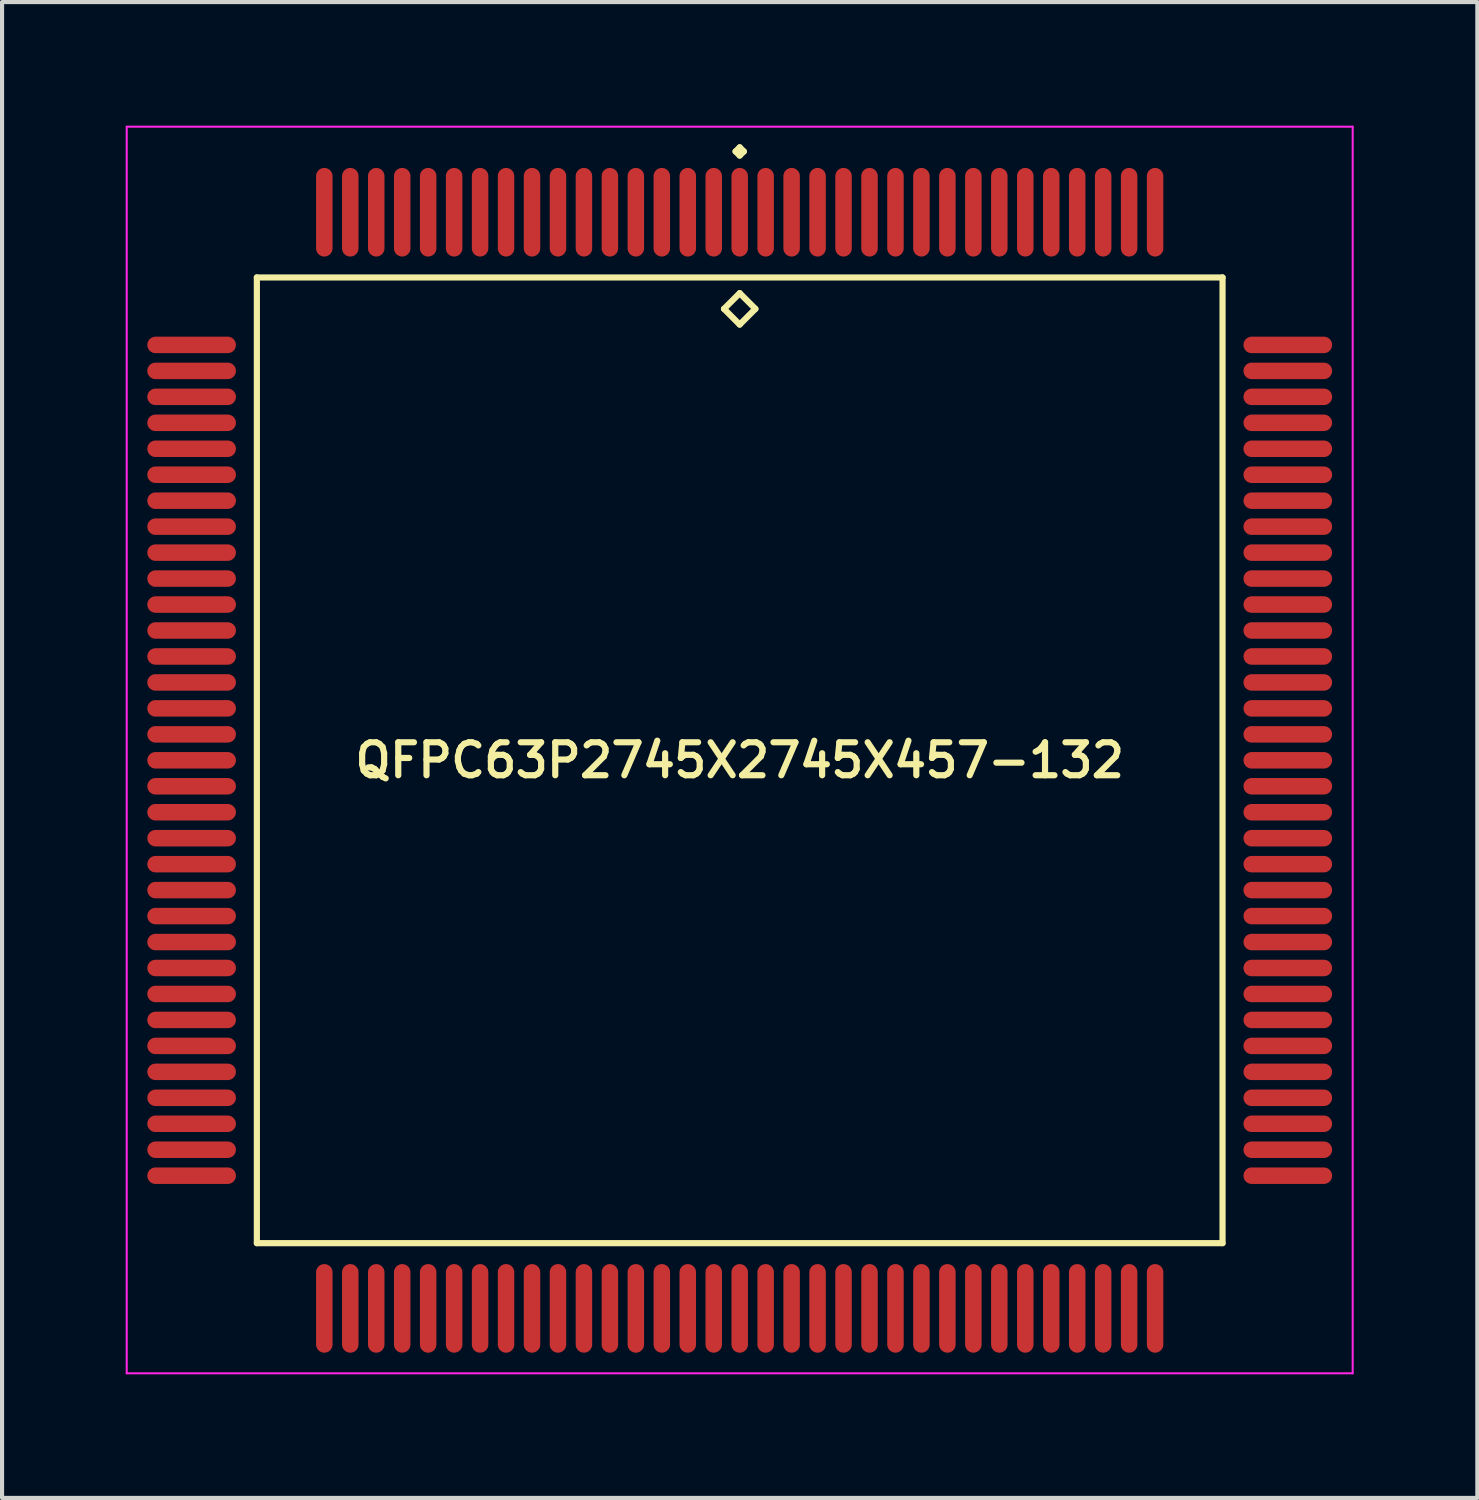
<source format=kicad_pcb>
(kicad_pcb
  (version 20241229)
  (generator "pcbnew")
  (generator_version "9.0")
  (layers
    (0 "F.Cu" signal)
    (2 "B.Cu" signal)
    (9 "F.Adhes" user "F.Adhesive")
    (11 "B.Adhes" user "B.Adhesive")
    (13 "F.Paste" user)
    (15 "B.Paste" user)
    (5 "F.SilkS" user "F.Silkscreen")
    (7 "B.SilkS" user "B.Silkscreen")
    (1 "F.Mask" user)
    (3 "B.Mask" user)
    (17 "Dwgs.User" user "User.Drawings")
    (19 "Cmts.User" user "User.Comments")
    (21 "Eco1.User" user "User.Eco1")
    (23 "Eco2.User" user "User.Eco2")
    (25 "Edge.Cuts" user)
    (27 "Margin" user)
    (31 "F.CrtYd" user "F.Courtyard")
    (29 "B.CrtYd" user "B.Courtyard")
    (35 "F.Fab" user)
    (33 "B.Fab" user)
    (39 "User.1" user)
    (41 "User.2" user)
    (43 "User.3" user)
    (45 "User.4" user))
  (footprint "QFPC63P2745X2745X457-132"
    (layer "F.Cu")
    (at 14.9 15.4)
    (property "Reference" "QFPC63P2745X2745X457-132" (at 0 0 0) (layer "F.SilkS") (effects (font (size 0.8 0.8) (thickness 0.15))))
    (attr smd)
    (fp_line (start -11.717 -11.717) (end -11.717 11.717) (stroke (width 0.15) (type solid)) (layer "F.SilkS"))
    (fp_line (start -11.717 11.717) (end 11.717 11.717) (stroke (width 0.15) (type solid)) (layer "F.SilkS"))
    (fp_line (start -0.381 -10.955) (end 0 -11.336) (stroke (width 0.15) (type solid)) (layer "F.SilkS"))
    (fp_line (start -0.1 -14.775) (end 0 -14.875) (stroke (width 0.15) (type solid)) (layer "F.SilkS"))
    (fp_line (start 0 -14.875) (end 0.1 -14.775) (stroke (width 0.15) (type solid)) (layer "F.SilkS"))
    (fp_line (start 0 -14.675) (end -0.1 -14.775) (stroke (width 0.15) (type solid)) (layer "F.SilkS"))
    (fp_line (start 0 -11.336) (end 0.381 -10.955) (stroke (width 0.15) (type solid)) (layer "F.SilkS"))
    (fp_line (start 0 -10.574) (end -0.381 -10.955) (stroke (width 0.15) (type solid)) (layer "F.SilkS"))
    (fp_line (start 0.1 -14.775) (end 0 -14.675) (stroke (width 0.15) (type solid)) (layer "F.SilkS"))
    (fp_line (start 0.381 -10.955) (end 0 -10.574) (stroke (width 0.15) (type solid)) (layer "F.SilkS"))
    (fp_line (start 11.717 -11.717) (end -11.717 -11.717) (stroke (width 0.15) (type solid)) (layer "F.SilkS"))
    (fp_line (start 11.717 11.717) (end 11.717 -11.717) (stroke (width 0.15) (type solid)) (layer "F.SilkS"))
    (fp_line (start -14.875 -15.375) (end 14.875 -15.375) (stroke (width 0.05) (type solid)) (layer "F.CrtYd"))
    (fp_line (start -14.875 14.875) (end -14.875 -15.375) (stroke (width 0.05) (type solid)) (layer "F.CrtYd"))
    (fp_line (start 14.875 -15.375) (end 14.875 14.875) (stroke (width 0.05) (type solid)) (layer "F.CrtYd"))
    (fp_line (start 14.875 14.875) (end -14.875 14.875) (stroke (width 0.05) (type solid)) (layer "F.CrtYd"))
    (pad "1" smd oval (at 0 -13.3) (size 0.4 2.15) (layers "F.Cu" "F.Mask" "F.Paste"))
    (pad "2" smd oval (at -0.63 -13.3) (size 0.4 2.15) (layers "F.Cu" "F.Mask" "F.Paste"))
    (pad "3" smd oval (at -1.26 -13.3) (size 0.4 2.15) (layers "F.Cu" "F.Mask" "F.Paste"))
    (pad "4" smd oval (at -1.89 -13.3) (size 0.4 2.15) (layers "F.Cu" "F.Mask" "F.Paste"))
    (pad "5" smd oval (at -2.52 -13.3) (size 0.4 2.15) (layers "F.Cu" "F.Mask" "F.Paste"))
    (pad "6" smd oval (at -3.15 -13.3) (size 0.4 2.15) (layers "F.Cu" "F.Mask" "F.Paste"))
    (pad "7" smd oval (at -3.78 -13.3) (size 0.4 2.15) (layers "F.Cu" "F.Mask" "F.Paste"))
    (pad "8" smd oval (at -4.41 -13.3) (size 0.4 2.15) (layers "F.Cu" "F.Mask" "F.Paste"))
    (pad "9" smd oval (at -5.04 -13.3) (size 0.4 2.15) (layers "F.Cu" "F.Mask" "F.Paste"))
    (pad "10" smd oval (at -5.67 -13.3) (size 0.4 2.15) (layers "F.Cu" "F.Mask" "F.Paste"))
    (pad "11" smd oval (at -6.3 -13.3) (size 0.4 2.15) (layers "F.Cu" "F.Mask" "F.Paste"))
    (pad "12" smd oval (at -6.93 -13.3) (size 0.4 2.15) (layers "F.Cu" "F.Mask" "F.Paste"))
    (pad "13" smd oval (at -7.56 -13.3) (size 0.4 2.15) (layers "F.Cu" "F.Mask" "F.Paste"))
    (pad "14" smd oval (at -8.19 -13.3) (size 0.4 2.15) (layers "F.Cu" "F.Mask" "F.Paste"))
    (pad "15" smd oval (at -8.82 -13.3) (size 0.4 2.15) (layers "F.Cu" "F.Mask" "F.Paste"))
    (pad "16" smd oval (at -9.45 -13.3) (size 0.4 2.15) (layers "F.Cu" "F.Mask" "F.Paste"))
    (pad "17" smd oval (at -10.08 -13.3) (size 0.4 2.15) (layers "F.Cu" "F.Mask" "F.Paste"))
    (pad "18" smd oval (at -13.3 -10.08) (size 2.15 0.4) (layers "F.Cu" "F.Mask" "F.Paste"))
    (pad "19" smd oval (at -13.3 -9.45) (size 2.15 0.4) (layers "F.Cu" "F.Mask" "F.Paste"))
    (pad "20" smd oval (at -13.3 -8.82) (size 2.15 0.4) (layers "F.Cu" "F.Mask" "F.Paste"))
    (pad "21" smd oval (at -13.3 -8.19) (size 2.15 0.4) (layers "F.Cu" "F.Mask" "F.Paste"))
    (pad "22" smd oval (at -13.3 -7.56) (size 2.15 0.4) (layers "F.Cu" "F.Mask" "F.Paste"))
    (pad "23" smd oval (at -13.3 -6.93) (size 2.15 0.4) (layers "F.Cu" "F.Mask" "F.Paste"))
    (pad "24" smd oval (at -13.3 -6.3) (size 2.15 0.4) (layers "F.Cu" "F.Mask" "F.Paste"))
    (pad "25" smd oval (at -13.3 -5.67) (size 2.15 0.4) (layers "F.Cu" "F.Mask" "F.Paste"))
    (pad "26" smd oval (at -13.3 -5.04) (size 2.15 0.4) (layers "F.Cu" "F.Mask" "F.Paste"))
    (pad "27" smd oval (at -13.3 -4.41) (size 2.15 0.4) (layers "F.Cu" "F.Mask" "F.Paste"))
    (pad "28" smd oval (at -13.3 -3.78) (size 2.15 0.4) (layers "F.Cu" "F.Mask" "F.Paste"))
    (pad "29" smd oval (at -13.3 -3.15) (size 2.15 0.4) (layers "F.Cu" "F.Mask" "F.Paste"))
    (pad "30" smd oval (at -13.3 -2.52) (size 2.15 0.4) (layers "F.Cu" "F.Mask" "F.Paste"))
    (pad "31" smd oval (at -13.3 -1.89) (size 2.15 0.4) (layers "F.Cu" "F.Mask" "F.Paste"))
    (pad "32" smd oval (at -13.3 -1.26) (size 2.15 0.4) (layers "F.Cu" "F.Mask" "F.Paste"))
    (pad "33" smd oval (at -13.3 -0.63) (size 2.15 0.4) (layers "F.Cu" "F.Mask" "F.Paste"))
    (pad "34" smd oval (at -13.3 0) (size 2.15 0.4) (layers "F.Cu" "F.Mask" "F.Paste"))
    (pad "35" smd oval (at -13.3 0.63) (size 2.15 0.4) (layers "F.Cu" "F.Mask" "F.Paste"))
    (pad "36" smd oval (at -13.3 1.26) (size 2.15 0.4) (layers "F.Cu" "F.Mask" "F.Paste"))
    (pad "37" smd oval (at -13.3 1.89) (size 2.15 0.4) (layers "F.Cu" "F.Mask" "F.Paste"))
    (pad "38" smd oval (at -13.3 2.52) (size 2.15 0.4) (layers "F.Cu" "F.Mask" "F.Paste"))
    (pad "39" smd oval (at -13.3 3.15) (size 2.15 0.4) (layers "F.Cu" "F.Mask" "F.Paste"))
    (pad "40" smd oval (at -13.3 3.78) (size 2.15 0.4) (layers "F.Cu" "F.Mask" "F.Paste"))
    (pad "41" smd oval (at -13.3 4.41) (size 2.15 0.4) (layers "F.Cu" "F.Mask" "F.Paste"))
    (pad "42" smd oval (at -13.3 5.04) (size 2.15 0.4) (layers "F.Cu" "F.Mask" "F.Paste"))
    (pad "43" smd oval (at -13.3 5.67) (size 2.15 0.4) (layers "F.Cu" "F.Mask" "F.Paste"))
    (pad "44" smd oval (at -13.3 6.3) (size 2.15 0.4) (layers "F.Cu" "F.Mask" "F.Paste"))
    (pad "45" smd oval (at -13.3 6.93) (size 2.15 0.4) (layers "F.Cu" "F.Mask" "F.Paste"))
    (pad "46" smd oval (at -13.3 7.56) (size 2.15 0.4) (layers "F.Cu" "F.Mask" "F.Paste"))
    (pad "47" smd oval (at -13.3 8.19) (size 2.15 0.4) (layers "F.Cu" "F.Mask" "F.Paste"))
    (pad "48" smd oval (at -13.3 8.82) (size 2.15 0.4) (layers "F.Cu" "F.Mask" "F.Paste"))
    (pad "49" smd oval (at -13.3 9.45) (size 2.15 0.4) (layers "F.Cu" "F.Mask" "F.Paste"))
    (pad "50" smd oval (at -13.3 10.08) (size 2.15 0.4) (layers "F.Cu" "F.Mask" "F.Paste"))
    (pad "51" smd oval (at -10.08 13.3) (size 0.4 2.15) (layers "F.Cu" "F.Mask" "F.Paste"))
    (pad "52" smd oval (at -9.45 13.3) (size 0.4 2.15) (layers "F.Cu" "F.Mask" "F.Paste"))
    (pad "53" smd oval (at -8.82 13.3) (size 0.4 2.15) (layers "F.Cu" "F.Mask" "F.Paste"))
    (pad "54" smd oval (at -8.19 13.3) (size 0.4 2.15) (layers "F.Cu" "F.Mask" "F.Paste"))
    (pad "55" smd oval (at -7.56 13.3) (size 0.4 2.15) (layers "F.Cu" "F.Mask" "F.Paste"))
    (pad "56" smd oval (at -6.93 13.3) (size 0.4 2.15) (layers "F.Cu" "F.Mask" "F.Paste"))
    (pad "57" smd oval (at -6.3 13.3) (size 0.4 2.15) (layers "F.Cu" "F.Mask" "F.Paste"))
    (pad "58" smd oval (at -5.67 13.3) (size 0.4 2.15) (layers "F.Cu" "F.Mask" "F.Paste"))
    (pad "59" smd oval (at -5.04 13.3) (size 0.4 2.15) (layers "F.Cu" "F.Mask" "F.Paste"))
    (pad "60" smd oval (at -4.41 13.3) (size 0.4 2.15) (layers "F.Cu" "F.Mask" "F.Paste"))
    (pad "61" smd oval (at -3.78 13.3) (size 0.4 2.15) (layers "F.Cu" "F.Mask" "F.Paste"))
    (pad "62" smd oval (at -3.15 13.3) (size 0.4 2.15) (layers "F.Cu" "F.Mask" "F.Paste"))
    (pad "63" smd oval (at -2.52 13.3) (size 0.4 2.15) (layers "F.Cu" "F.Mask" "F.Paste"))
    (pad "64" smd oval (at -1.89 13.3) (size 0.4 2.15) (layers "F.Cu" "F.Mask" "F.Paste"))
    (pad "65" smd oval (at -1.26 13.3) (size 0.4 2.15) (layers "F.Cu" "F.Mask" "F.Paste"))
    (pad "66" smd oval (at -0.63 13.3) (size 0.4 2.15) (layers "F.Cu" "F.Mask" "F.Paste"))
    (pad "67" smd oval (at 0 13.3) (size 0.4 2.15) (layers "F.Cu" "F.Mask" "F.Paste"))
    (pad "68" smd oval (at 0.63 13.3) (size 0.4 2.15) (layers "F.Cu" "F.Mask" "F.Paste"))
    (pad "69" smd oval (at 1.26 13.3) (size 0.4 2.15) (layers "F.Cu" "F.Mask" "F.Paste"))
    (pad "70" smd oval (at 1.89 13.3) (size 0.4 2.15) (layers "F.Cu" "F.Mask" "F.Paste"))
    (pad "71" smd oval (at 2.52 13.3) (size 0.4 2.15) (layers "F.Cu" "F.Mask" "F.Paste"))
    (pad "72" smd oval (at 3.15 13.3) (size 0.4 2.15) (layers "F.Cu" "F.Mask" "F.Paste"))
    (pad "73" smd oval (at 3.78 13.3) (size 0.4 2.15) (layers "F.Cu" "F.Mask" "F.Paste"))
    (pad "74" smd oval (at 4.41 13.3) (size 0.4 2.15) (layers "F.Cu" "F.Mask" "F.Paste"))
    (pad "75" smd oval (at 5.04 13.3) (size 0.4 2.15) (layers "F.Cu" "F.Mask" "F.Paste"))
    (pad "76" smd oval (at 5.67 13.3) (size 0.4 2.15) (layers "F.Cu" "F.Mask" "F.Paste"))
    (pad "77" smd oval (at 6.3 13.3) (size 0.4 2.15) (layers "F.Cu" "F.Mask" "F.Paste"))
    (pad "78" smd oval (at 6.93 13.3) (size 0.4 2.15) (layers "F.Cu" "F.Mask" "F.Paste"))
    (pad "79" smd oval (at 7.56 13.3) (size 0.4 2.15) (layers "F.Cu" "F.Mask" "F.Paste"))
    (pad "80" smd oval (at 8.19 13.3) (size 0.4 2.15) (layers "F.Cu" "F.Mask" "F.Paste"))
    (pad "81" smd oval (at 8.82 13.3) (size 0.4 2.15) (layers "F.Cu" "F.Mask" "F.Paste"))
    (pad "82" smd oval (at 9.45 13.3) (size 0.4 2.15) (layers "F.Cu" "F.Mask" "F.Paste"))
    (pad "83" smd oval (at 10.08 13.3) (size 0.4 2.15) (layers "F.Cu" "F.Mask" "F.Paste"))
    (pad "84" smd oval (at 13.3 10.08) (size 2.15 0.4) (layers "F.Cu" "F.Mask" "F.Paste"))
    (pad "85" smd oval (at 13.3 9.45) (size 2.15 0.4) (layers "F.Cu" "F.Mask" "F.Paste"))
    (pad "86" smd oval (at 13.3 8.82) (size 2.15 0.4) (layers "F.Cu" "F.Mask" "F.Paste"))
    (pad "87" smd oval (at 13.3 8.19) (size 2.15 0.4) (layers "F.Cu" "F.Mask" "F.Paste"))
    (pad "88" smd oval (at 13.3 7.56) (size 2.15 0.4) (layers "F.Cu" "F.Mask" "F.Paste"))
    (pad "89" smd oval (at 13.3 6.93) (size 2.15 0.4) (layers "F.Cu" "F.Mask" "F.Paste"))
    (pad "90" smd oval (at 13.3 6.3) (size 2.15 0.4) (layers "F.Cu" "F.Mask" "F.Paste"))
    (pad "91" smd oval (at 13.3 5.67) (size 2.15 0.4) (layers "F.Cu" "F.Mask" "F.Paste"))
    (pad "92" smd oval (at 13.3 5.04) (size 2.15 0.4) (layers "F.Cu" "F.Mask" "F.Paste"))
    (pad "93" smd oval (at 13.3 4.41) (size 2.15 0.4) (layers "F.Cu" "F.Mask" "F.Paste"))
    (pad "94" smd oval (at 13.3 3.78) (size 2.15 0.4) (layers "F.Cu" "F.Mask" "F.Paste"))
    (pad "95" smd oval (at 13.3 3.15) (size 2.15 0.4) (layers "F.Cu" "F.Mask" "F.Paste"))
    (pad "96" smd oval (at 13.3 2.52) (size 2.15 0.4) (layers "F.Cu" "F.Mask" "F.Paste"))
    (pad "97" smd oval (at 13.3 1.89) (size 2.15 0.4) (layers "F.Cu" "F.Mask" "F.Paste"))
    (pad "98" smd oval (at 13.3 1.26) (size 2.15 0.4) (layers "F.Cu" "F.Mask" "F.Paste"))
    (pad "99" smd oval (at 13.3 0.63) (size 2.15 0.4) (layers "F.Cu" "F.Mask" "F.Paste"))
    (pad "100" smd oval (at 13.3 0) (size 2.15 0.4) (layers "F.Cu" "F.Mask" "F.Paste"))
    (pad "101" smd oval (at 13.3 -0.63) (size 2.15 0.4) (layers "F.Cu" "F.Mask" "F.Paste"))
    (pad "102" smd oval (at 13.3 -1.26) (size 2.15 0.4) (layers "F.Cu" "F.Mask" "F.Paste"))
    (pad "103" smd oval (at 13.3 -1.89) (size 2.15 0.4) (layers "F.Cu" "F.Mask" "F.Paste"))
    (pad "104" smd oval (at 13.3 -2.52) (size 2.15 0.4) (layers "F.Cu" "F.Mask" "F.Paste"))
    (pad "105" smd oval (at 13.3 -3.15) (size 2.15 0.4) (layers "F.Cu" "F.Mask" "F.Paste"))
    (pad "106" smd oval (at 13.3 -3.78) (size 2.15 0.4) (layers "F.Cu" "F.Mask" "F.Paste"))
    (pad "107" smd oval (at 13.3 -4.41) (size 2.15 0.4) (layers "F.Cu" "F.Mask" "F.Paste"))
    (pad "108" smd oval (at 13.3 -5.04) (size 2.15 0.4) (layers "F.Cu" "F.Mask" "F.Paste"))
    (pad "109" smd oval (at 13.3 -5.67) (size 2.15 0.4) (layers "F.Cu" "F.Mask" "F.Paste"))
    (pad "110" smd oval (at 13.3 -6.3) (size 2.15 0.4) (layers "F.Cu" "F.Mask" "F.Paste"))
    (pad "111" smd oval (at 13.3 -6.93) (size 2.15 0.4) (layers "F.Cu" "F.Mask" "F.Paste"))
    (pad "112" smd oval (at 13.3 -7.56) (size 2.15 0.4) (layers "F.Cu" "F.Mask" "F.Paste"))
    (pad "113" smd oval (at 13.3 -8.19) (size 2.15 0.4) (layers "F.Cu" "F.Mask" "F.Paste"))
    (pad "114" smd oval (at 13.3 -8.82) (size 2.15 0.4) (layers "F.Cu" "F.Mask" "F.Paste"))
    (pad "115" smd oval (at 13.3 -9.45) (size 2.15 0.4) (layers "F.Cu" "F.Mask" "F.Paste"))
    (pad "116" smd oval (at 13.3 -10.08) (size 2.15 0.4) (layers "F.Cu" "F.Mask" "F.Paste"))
    (pad "117" smd oval (at 10.08 -13.3) (size 0.4 2.15) (layers "F.Cu" "F.Mask" "F.Paste"))
    (pad "118" smd oval (at 9.45 -13.3) (size 0.4 2.15) (layers "F.Cu" "F.Mask" "F.Paste"))
    (pad "119" smd oval (at 8.82 -13.3) (size 0.4 2.15) (layers "F.Cu" "F.Mask" "F.Paste"))
    (pad "120" smd oval (at 8.19 -13.3) (size 0.4 2.15) (layers "F.Cu" "F.Mask" "F.Paste"))
    (pad "121" smd oval (at 7.56 -13.3) (size 0.4 2.15) (layers "F.Cu" "F.Mask" "F.Paste"))
    (pad "122" smd oval (at 6.93 -13.3) (size 0.4 2.15) (layers "F.Cu" "F.Mask" "F.Paste"))
    (pad "123" smd oval (at 6.3 -13.3) (size 0.4 2.15) (layers "F.Cu" "F.Mask" "F.Paste"))
    (pad "124" smd oval (at 5.67 -13.3) (size 0.4 2.15) (layers "F.Cu" "F.Mask" "F.Paste"))
    (pad "125" smd oval (at 5.04 -13.3) (size 0.4 2.15) (layers "F.Cu" "F.Mask" "F.Paste"))
    (pad "126" smd oval (at 4.41 -13.3) (size 0.4 2.15) (layers "F.Cu" "F.Mask" "F.Paste"))
    (pad "127" smd oval (at 3.78 -13.3) (size 0.4 2.15) (layers "F.Cu" "F.Mask" "F.Paste"))
    (pad "128" smd oval (at 3.15 -13.3) (size 0.4 2.15) (layers "F.Cu" "F.Mask" "F.Paste"))
    (pad "129" smd oval (at 2.52 -13.3) (size 0.4 2.15) (layers "F.Cu" "F.Mask" "F.Paste"))
    (pad "130" smd oval (at 1.89 -13.3) (size 0.4 2.15) (layers "F.Cu" "F.Mask" "F.Paste"))
    (pad "131" smd oval (at 1.26 -13.3) (size 0.4 2.15) (layers "F.Cu" "F.Mask" "F.Paste"))
    (pad "132" smd oval (at 0.63 -13.3) (size 0.4 2.15) (layers "F.Cu" "F.Mask" "F.Paste")))
  (gr_rect
    (start -3 -3)
    (end 32.8 33.3)
    (stroke (width 0.1) (type default))
    (fill no)
    (layer "Edge.Cuts")))
</source>
